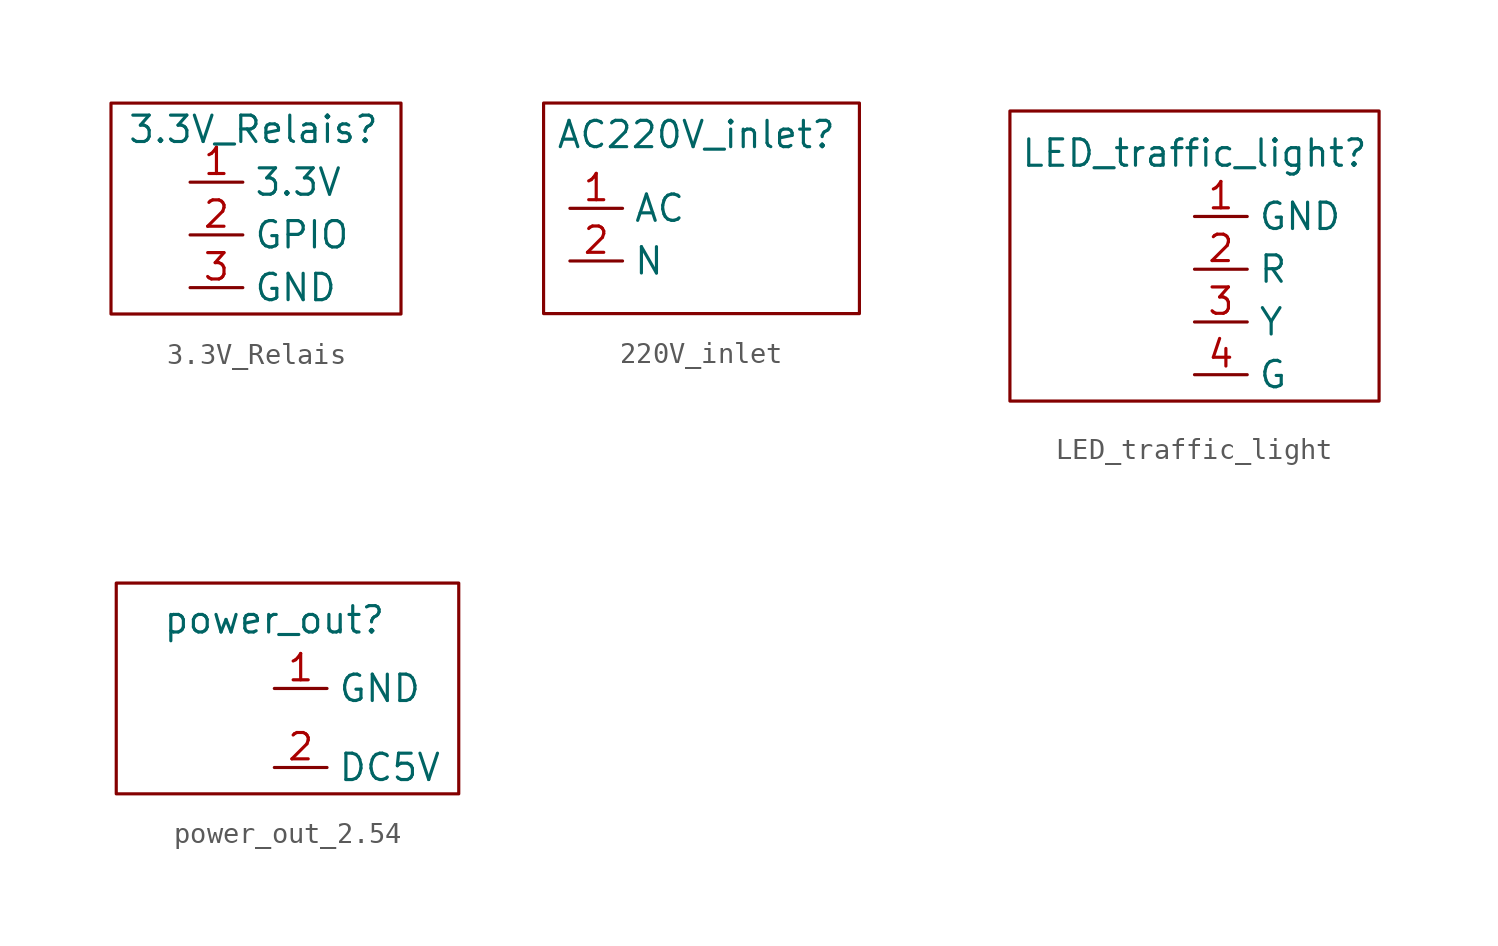
<source format=kicad_sym>
(kicad_symbol_lib
  (version 20231120)
  (generator "kicad_symbol_editor")
  (generator_version "8.0")
  (symbol "3.3V_Relais"
    (property "Reference" "3.3V_Relais"
      (at 3.048 0 0)
      (effects (font (size 1.27 1.27))))
    (property "Value" ""
      (at 0 0 0)
      (effects (font (size 1.27 1.27))))
    (symbol "3.3V_Relais_0_1"
      (rectangle (start 10.16 -8.89) (end -3.81 1.27) (stroke (width 0) (type default)) (fill (type none))))
    (symbol "3.3V_Relais_1_1"
      (pin input line (at 0 -2.54 0) (length 2.54) (name "3.3V" (effects (font (size 1.27 1.27)))) (number "1" (effects (font (size 1.27 1.27)))))
      (pin input line (at 0 -5.08 0) (length 2.54) (name "GPIO" (effects (font (size 1.27 1.27)))) (number "2" (effects (font (size 1.27 1.27)))))
      (pin input line (at 0 -7.62 0) (length 2.54) (name "GND" (effects (font (size 1.27 1.27)))) (number "3" (effects (font (size 1.27 1.27)))))))
  (symbol "220V_inlet"
    (property "Reference" "AC220V_inlet"
      (at 6.096 1.016 0)
      (effects (font (size 1.27 1.27))))
    (property "Value" ""
      (at 0 0 0)
      (effects (font (size 1.27 1.27))))
    (symbol "220V_inlet_0_1"
      (rectangle (start -1.27 -7.62) (end 13.97 2.54) (stroke (width 0) (type default)) (fill (type none))))
    (symbol "220V_inlet_1_1"
      (pin input line (at 0 -2.54 0) (length 2.54) (name "AC" (effects (font (size 1.27 1.27)))) (number "1" (effects (font (size 1.27 1.27)))))
      (pin input line (at 0 -5.08 0) (length 2.54) (name "N" (effects (font (size 1.27 1.27)))) (number "2" (effects (font (size 1.27 1.27)))))))
  (symbol "LED_traffic_light"
    (property "Reference" "LED_traffic_light"
      (at 0 3.048 0)
      (effects (font (size 1.27 1.27))))
    (property "Value" ""
      (at 0 0 0)
      (effects (font (size 1.27 1.27))))
    (symbol "LED_traffic_light_0_1"
      (rectangle (start 8.89 -8.89) (end -8.89 5.08) (stroke (width 0) (type default)) (fill (type none))))
    (symbol "LED_traffic_light_1_1"
      (pin input line (at 0 0 0) (length 2.54) (name "GND" (effects (font (size 1.27 1.27)))) (number "1" (effects (font (size 1.27 1.27)))))
      (pin input line (at 0 -2.54 0) (length 2.54) (name "R" (effects (font (size 1.27 1.27)))) (number "2" (effects (font (size 1.27 1.27)))))
      (pin input line (at 0 -5.08 0) (length 2.54) (name "Y" (effects (font (size 1.27 1.27)))) (number "3" (effects (font (size 1.27 1.27)))))
      (pin input line (at 0 -7.62 0) (length 2.54) (name "G" (effects (font (size 1.27 1.27)))) (number "4" (effects (font (size 1.27 1.27)))))))
  (symbol "power_out_2.54"
    (property "Reference" "power_out"
      (at 0 0.762 0)
      (effects (font (size 1.27 1.27))))
    (property "Value" ""
      (at 0 0 0)
      (effects (font (size 1.27 1.27))))
    (symbol "power_out_2.54_0_1"
      (rectangle (start -7.62 2.54) (end 8.89 -7.62) (stroke (width 0) (type default)) (fill (type none))))
    (symbol "power_out_2.54_1_1"
      (pin output line (at 0 -2.54 0) (length 2.54) (name "GND" (effects (font (size 1.27 1.27)))) (number "1" (effects (font (size 1.27 1.27)))))
      (pin output line (at 0 -6.35 0) (length 2.54) (name "DC5V" (effects (font (size 1.27 1.27)))) (number "2" (effects (font (size 1.27 1.27))))))))
</source>
